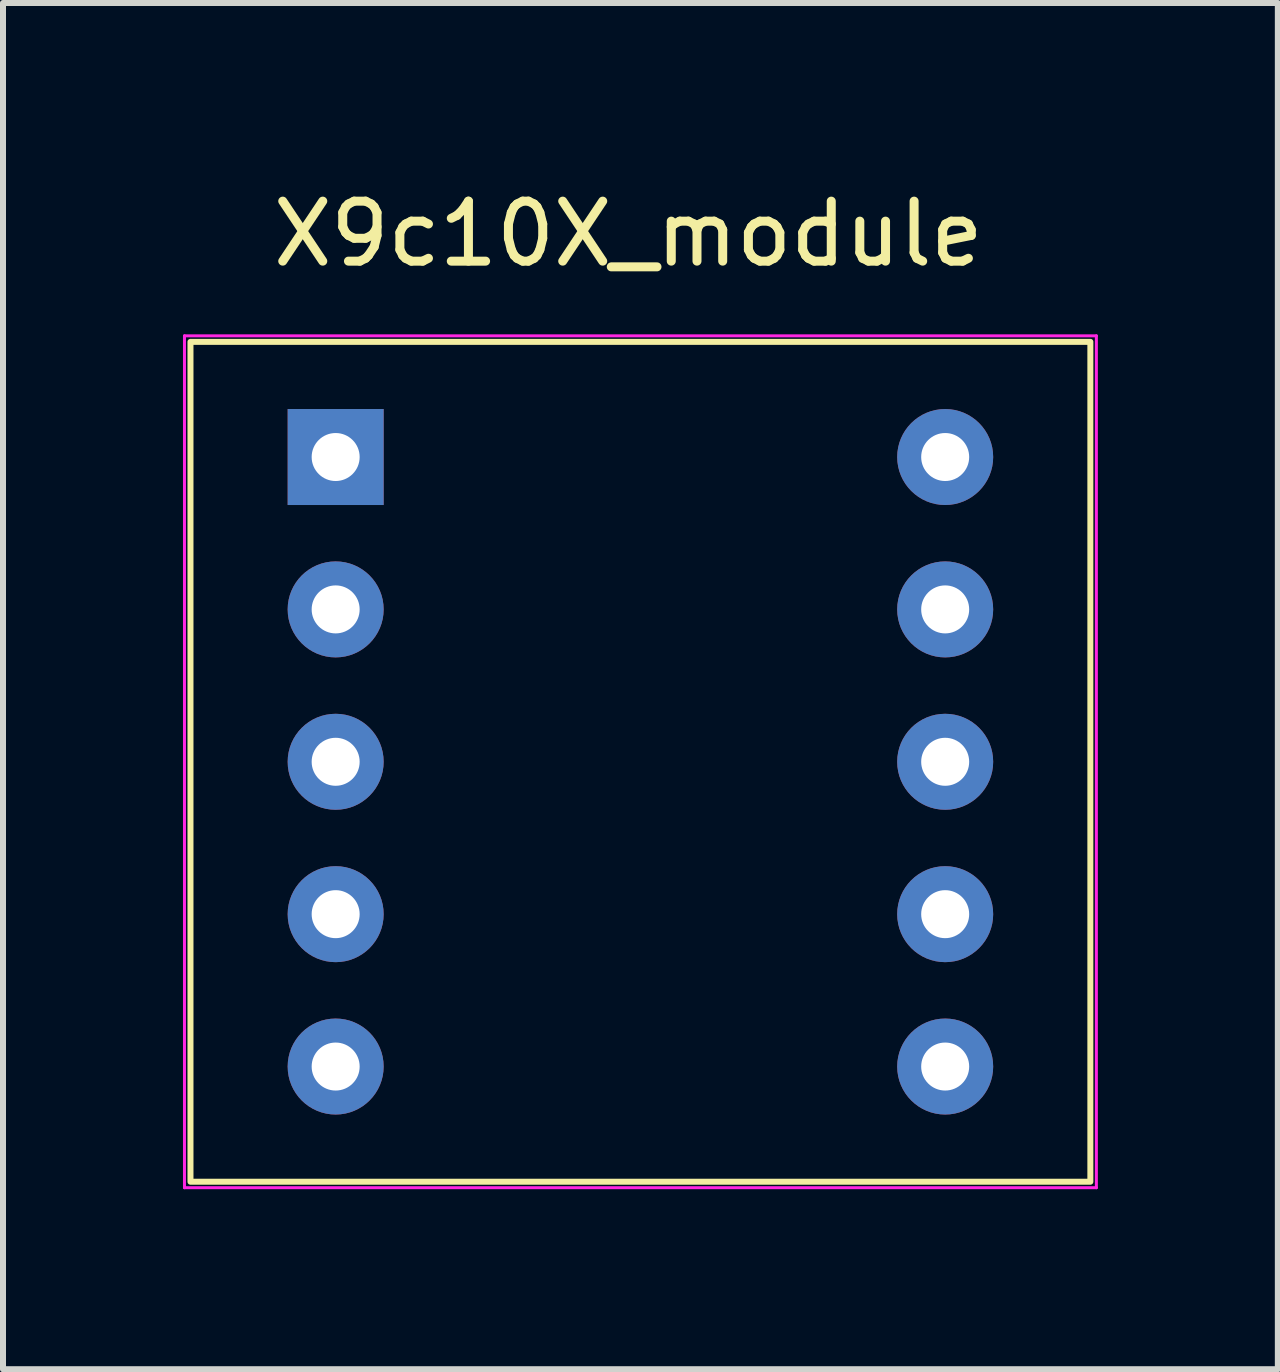
<source format=kicad_pcb>
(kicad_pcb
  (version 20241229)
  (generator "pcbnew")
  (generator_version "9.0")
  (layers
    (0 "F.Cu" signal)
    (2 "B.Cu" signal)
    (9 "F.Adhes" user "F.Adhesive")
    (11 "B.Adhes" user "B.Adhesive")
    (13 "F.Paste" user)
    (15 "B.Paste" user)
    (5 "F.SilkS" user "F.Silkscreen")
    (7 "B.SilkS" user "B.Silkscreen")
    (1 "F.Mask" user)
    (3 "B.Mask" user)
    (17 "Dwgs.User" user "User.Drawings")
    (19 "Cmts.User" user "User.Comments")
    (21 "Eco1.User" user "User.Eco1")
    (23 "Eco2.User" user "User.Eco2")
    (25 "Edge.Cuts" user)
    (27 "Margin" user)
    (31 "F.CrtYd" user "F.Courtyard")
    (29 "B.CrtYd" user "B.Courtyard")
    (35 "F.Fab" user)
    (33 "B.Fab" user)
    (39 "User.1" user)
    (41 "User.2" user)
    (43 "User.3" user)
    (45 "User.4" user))
  (footprint "X9c10X_module"
    (layer "F.Cu")
    (at 7.625 9.648)
    (property "Reference" "X9c10X_module" (at -0.2 -8.8 0) (layer "F.SilkS") (effects (font (size 1 1) (thickness 0.15))))
    (attr through_hole)
    (fp_rect (start -7.5 -7) (end 7.5 7) (stroke (width 0.1) (type default)) (fill no) (layer "F.SilkS"))
    (fp_line (start -7.6 -7.1) (end 7.6 -7.1) (stroke (width 0.05) (type default)) (layer "F.CrtYd"))
    (fp_line (start -7.6 7.1) (end -7.6 -7.1) (stroke (width 0.05) (type default)) (layer "F.CrtYd"))
    (fp_line (start 7.6 -7.1) (end 7.6 7.1) (stroke (width 0.05) (type default)) (layer "F.CrtYd"))
    (fp_line (start 7.6 7.1) (end -7.6 7.1) (stroke (width 0.05) (type default)) (layer "F.CrtYd"))
    (pad "1" thru_hole rect (at -5.08 -5.08) (size 1.6 1.6) (drill 0.8) (layers "*.Cu" "*.Mask"))
    (pad "2" thru_hole oval (at -5.08 -2.54) (size 1.6 1.6) (drill 0.8) (layers "*.Cu" "*.Mask"))
    (pad "3" thru_hole oval (at -5.08 0) (size 1.6 1.6) (drill 0.8) (layers "*.Cu" "*.Mask"))
    (pad "4" thru_hole oval (at -5.08 2.54) (size 1.6 1.6) (drill 0.8) (layers "*.Cu" "*.Mask"))
    (pad "5" thru_hole oval (at -5.08 5.08) (size 1.6 1.6) (drill 0.8) (layers "*.Cu" "*.Mask"))
    (pad "6" thru_hole oval (at 5.08 5.08) (size 1.6 1.6) (drill 0.8) (layers "*.Cu" "*.Mask"))
    (pad "7" thru_hole oval (at 5.08 2.54) (size 1.6 1.6) (drill 0.8) (layers "*.Cu" "*.Mask"))
    (pad "8" thru_hole oval (at 5.08 0) (size 1.6 1.6) (drill 0.8) (layers "*.Cu" "*.Mask"))
    (pad "9" thru_hole oval (at 5.08 -2.54) (size 1.6 1.6) (drill 0.8) (layers "*.Cu" "*.Mask"))
    (pad "10" thru_hole oval (at 5.08 -5.08) (size 1.6 1.6) (drill 0.8) (layers "*.Cu" "*.Mask")))
  (gr_rect
    (start -3 -3)
    (end 18.25 19.773)
    (stroke (width 0.1) (type default))
    (fill no)
    (layer "Edge.Cuts")))
</source>
